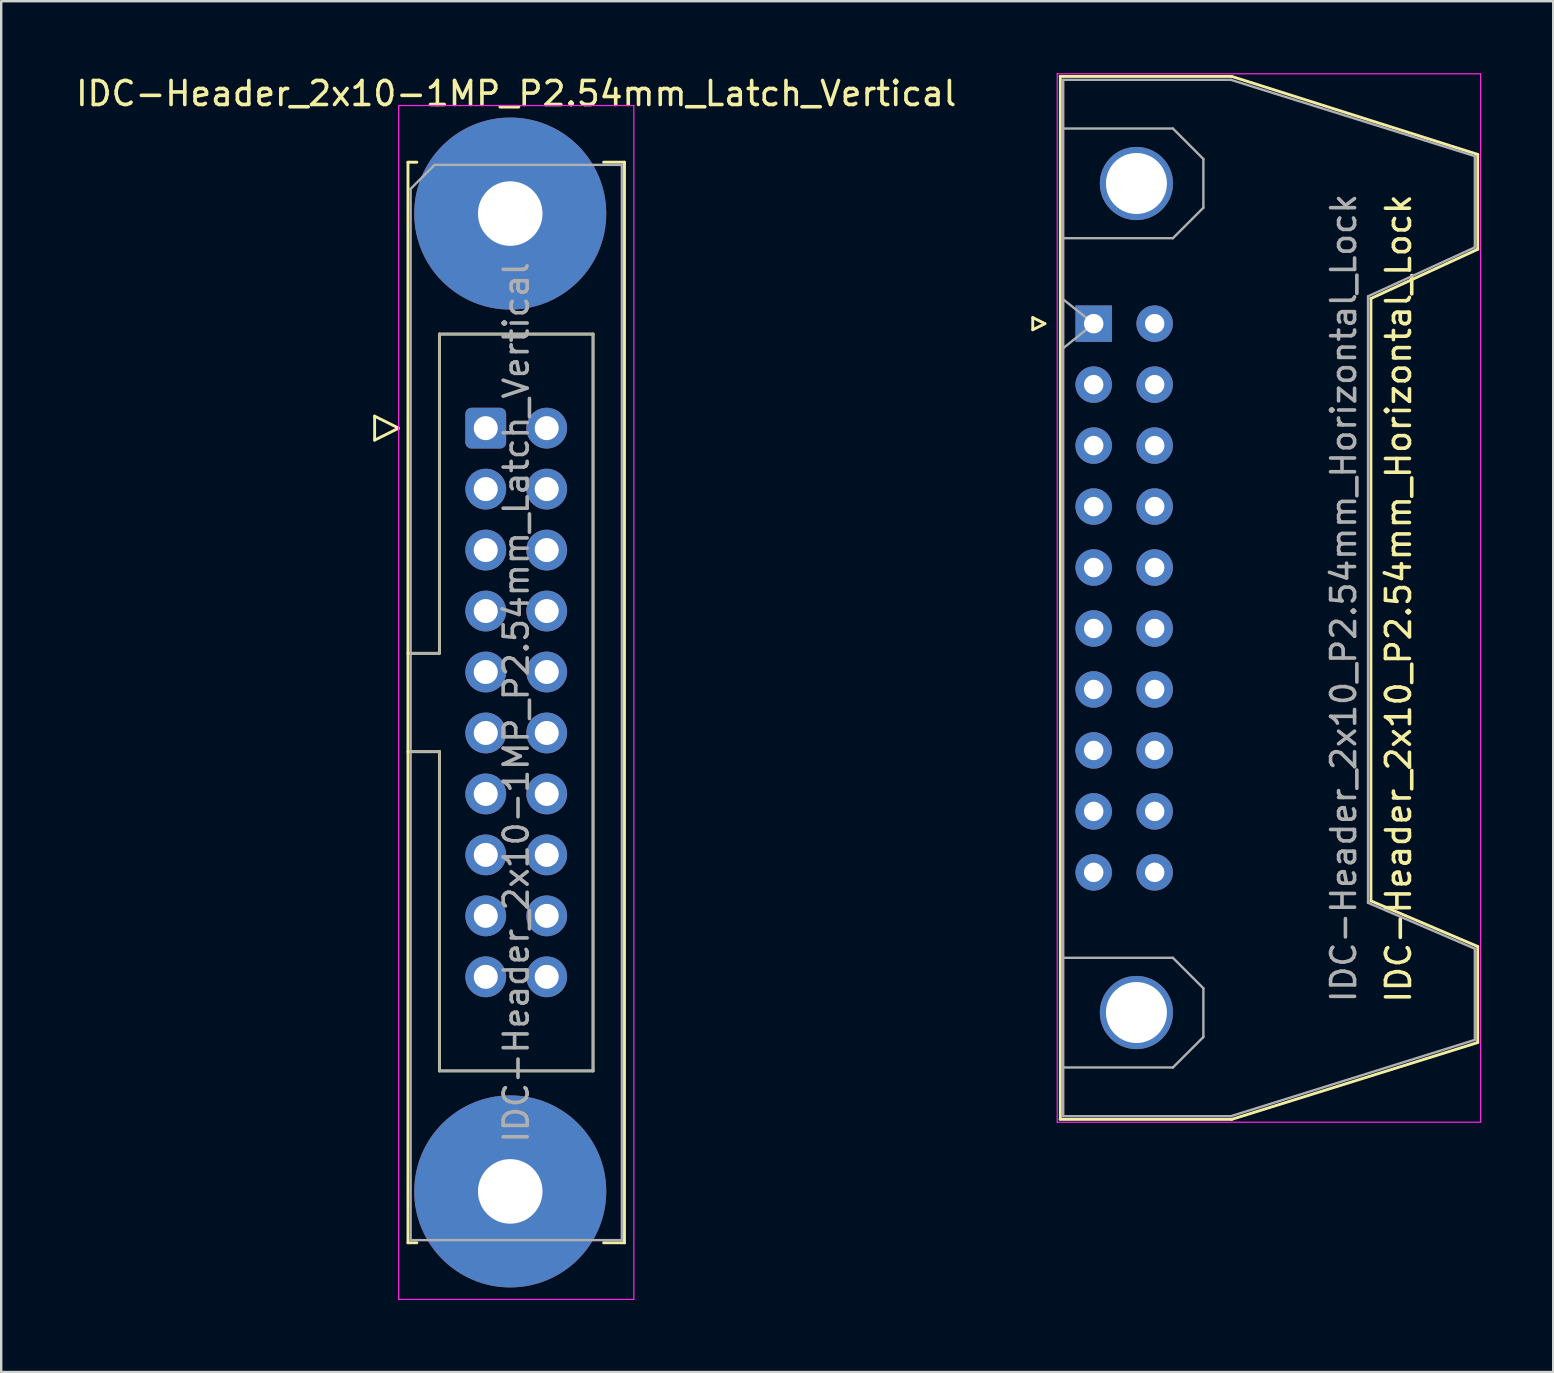
<source format=kicad_pcb>
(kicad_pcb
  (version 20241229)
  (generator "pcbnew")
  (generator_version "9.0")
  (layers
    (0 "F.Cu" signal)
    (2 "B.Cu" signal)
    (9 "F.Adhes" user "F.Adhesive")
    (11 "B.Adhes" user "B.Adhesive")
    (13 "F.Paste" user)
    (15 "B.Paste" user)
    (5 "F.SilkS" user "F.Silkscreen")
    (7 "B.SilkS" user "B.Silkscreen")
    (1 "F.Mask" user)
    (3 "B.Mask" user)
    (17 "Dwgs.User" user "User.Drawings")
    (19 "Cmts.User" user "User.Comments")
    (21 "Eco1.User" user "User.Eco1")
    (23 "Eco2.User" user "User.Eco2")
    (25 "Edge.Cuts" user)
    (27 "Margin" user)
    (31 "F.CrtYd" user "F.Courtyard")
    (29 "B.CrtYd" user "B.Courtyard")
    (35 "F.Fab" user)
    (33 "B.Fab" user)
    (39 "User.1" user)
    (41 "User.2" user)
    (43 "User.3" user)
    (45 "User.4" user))
  (footprint "IDC-Header_2x10-1MP_P2.54mm_Latch_Vertical"
    (layer "F.Cu")
    (at 17.188 14.788)
    (property "Reference" "IDC-Header_2x10-1MP_P2.54mm_Latch_Vertical" (at 1.27 -13.94 0) (layer "F.SilkS") (effects (font (size 1 1) (thickness 0.15))))
    (attr through_hole)
    (fp_line (start -4.63 -0.5) (end -4.63 0.5) (stroke (width 0.12) (type solid)) (layer "F.SilkS"))
    (fp_line (start -4.63 0.5) (end -3.63 0) (stroke (width 0.12) (type solid)) (layer "F.SilkS"))
    (fp_line (start -3.63 0) (end -4.63 -0.5) (stroke (width 0.12) (type solid)) (layer "F.SilkS"))
    (fp_line (start -3.24 -11.08) (end -3.24 33.94) (stroke (width 0.12) (type solid)) (layer "F.SilkS"))
    (fp_line (start -3.24 9.38) (end -1.93 9.38) (stroke (width 0.12) (type solid)) (layer "F.SilkS"))
    (fp_line (start -3.24 33.94) (end -2.87 33.94) (stroke (width 0.12) (type solid)) (layer "F.SilkS"))
    (fp_line (start -2.87 -11.08) (end -3.24 -11.08) (stroke (width 0.12) (type solid)) (layer "F.SilkS"))
    (fp_line (start -1.93 -3.92) (end 4.47 -3.92) (stroke (width 0.12) (type solid)) (layer "F.SilkS"))
    (fp_line (start -1.93 9.38) (end -1.93 -3.92) (stroke (width 0.12) (type solid)) (layer "F.SilkS"))
    (fp_line (start -1.93 13.48) (end -3.24 13.48) (stroke (width 0.12) (type solid)) (layer "F.SilkS"))
    (fp_line (start -1.93 13.48) (end -1.93 13.48) (stroke (width 0.12) (type solid)) (layer "F.SilkS"))
    (fp_line (start -1.93 26.78) (end -1.93 13.48) (stroke (width 0.12) (type solid)) (layer "F.SilkS"))
    (fp_line (start 4.47 -3.92) (end 4.47 26.78) (stroke (width 0.12) (type solid)) (layer "F.SilkS"))
    (fp_line (start 4.47 26.78) (end -1.93 26.78) (stroke (width 0.12) (type solid)) (layer "F.SilkS"))
    (fp_line (start 4.91 -11.08) (end 5.78 -11.08) (stroke (width 0.12) (type solid)) (layer "F.SilkS"))
    (fp_line (start 5.78 -11.08) (end 5.78 33.94) (stroke (width 0.12) (type solid)) (layer "F.SilkS"))
    (fp_line (start 5.78 33.94) (end 4.91 33.94) (stroke (width 0.12) (type solid)) (layer "F.SilkS"))
    (fp_line (start -3.63 -13.44) (end -3.63 36.3) (stroke (width 0.05) (type solid)) (layer "F.CrtYd"))
    (fp_line (start -3.63 36.3) (end 6.17 36.3) (stroke (width 0.05) (type solid)) (layer "F.CrtYd"))
    (fp_line (start 6.17 -13.44) (end -3.63 -13.44) (stroke (width 0.05) (type solid)) (layer "F.CrtYd"))
    (fp_line (start 6.17 36.3) (end 6.17 -13.44) (stroke (width 0.05) (type solid)) (layer "F.CrtYd"))
    (fp_line (start -3.13 -9.97) (end -2.13 -10.97) (stroke (width 0.1) (type solid)) (layer "F.Fab"))
    (fp_line (start -3.13 9.38) (end -1.93 9.38) (stroke (width 0.1) (type solid)) (layer "F.Fab"))
    (fp_line (start -3.13 33.83) (end -3.13 -9.97) (stroke (width 0.1) (type solid)) (layer "F.Fab"))
    (fp_line (start -2.13 -10.97) (end 5.67 -10.97) (stroke (width 0.1) (type solid)) (layer "F.Fab"))
    (fp_line (start -1.93 -3.92) (end 4.47 -3.92) (stroke (width 0.1) (type solid)) (layer "F.Fab"))
    (fp_line (start -1.93 9.38) (end -1.93 -3.92) (stroke (width 0.1) (type solid)) (layer "F.Fab"))
    (fp_line (start -1.93 13.48) (end -3.13 13.48) (stroke (width 0.1) (type solid)) (layer "F.Fab"))
    (fp_line (start -1.93 13.48) (end -1.93 13.48) (stroke (width 0.1) (type solid)) (layer "F.Fab"))
    (fp_line (start -1.93 26.78) (end -1.93 13.48) (stroke (width 0.1) (type solid)) (layer "F.Fab"))
    (fp_line (start 4.47 -3.92) (end 4.47 26.78) (stroke (width 0.1) (type solid)) (layer "F.Fab"))
    (fp_line (start 4.47 26.78) (end -1.93 26.78) (stroke (width 0.1) (type solid)) (layer "F.Fab"))
    (fp_line (start 5.67 -10.97) (end 5.67 33.83) (stroke (width 0.1) (type solid)) (layer "F.Fab"))
    (fp_line (start 5.67 33.83) (end -3.13 33.83) (stroke (width 0.1) (type solid)) (layer "F.Fab"))
    (fp_text user "${REFERENCE}" (at 1.27 11.43 90) (layer "F.Fab") (effects (font (size 1 1) (thickness 0.15))))
    (pad "1" thru_hole roundrect (at 0 0) (size 1.7 1.7) (drill 1) (layers "*.Cu" "*.Mask") (roundrect_rratio 0.147))
    (pad "2" thru_hole circle (at 2.54 0) (size 1.7 1.7) (drill 1) (layers "*.Cu" "*.Mask"))
    (pad "3" thru_hole circle (at 0 2.54) (size 1.7 1.7) (drill 1) (layers "*.Cu" "*.Mask"))
    (pad "4" thru_hole circle (at 2.54 2.54) (size 1.7 1.7) (drill 1) (layers "*.Cu" "*.Mask"))
    (pad "5" thru_hole circle (at 0 5.08) (size 1.7 1.7) (drill 1) (layers "*.Cu" "*.Mask"))
    (pad "6" thru_hole circle (at 2.54 5.08) (size 1.7 1.7) (drill 1) (layers "*.Cu" "*.Mask"))
    (pad "7" thru_hole circle (at 0 7.62) (size 1.7 1.7) (drill 1) (layers "*.Cu" "*.Mask"))
    (pad "8" thru_hole circle (at 2.54 7.62) (size 1.7 1.7) (drill 1) (layers "*.Cu" "*.Mask"))
    (pad "9" thru_hole circle (at 0 10.16) (size 1.7 1.7) (drill 1) (layers "*.Cu" "*.Mask"))
    (pad "10" thru_hole circle (at 2.54 10.16) (size 1.7 1.7) (drill 1) (layers "*.Cu" "*.Mask"))
    (pad "11" thru_hole circle (at 0 12.7) (size 1.7 1.7) (drill 1) (layers "*.Cu" "*.Mask"))
    (pad "12" thru_hole circle (at 2.54 12.7) (size 1.7 1.7) (drill 1) (layers "*.Cu" "*.Mask"))
    (pad "13" thru_hole circle (at 0 15.24) (size 1.7 1.7) (drill 1) (layers "*.Cu" "*.Mask"))
    (pad "14" thru_hole circle (at 2.54 15.24) (size 1.7 1.7) (drill 1) (layers "*.Cu" "*.Mask"))
    (pad "15" thru_hole circle (at 0 17.78) (size 1.7 1.7) (drill 1) (layers "*.Cu" "*.Mask"))
    (pad "16" thru_hole circle (at 2.54 17.78) (size 1.7 1.7) (drill 1) (layers "*.Cu" "*.Mask"))
    (pad "17" thru_hole circle (at 0 20.32) (size 1.7 1.7) (drill 1) (layers "*.Cu" "*.Mask"))
    (pad "18" thru_hole circle (at 2.54 20.32) (size 1.7 1.7) (drill 1) (layers "*.Cu" "*.Mask"))
    (pad "19" thru_hole circle (at 0 22.86) (size 1.7 1.7) (drill 1) (layers "*.Cu" "*.Mask"))
    (pad "20" thru_hole circle (at 2.54 22.86) (size 1.7 1.7) (drill 1) (layers "*.Cu" "*.Mask"))
    (pad "MP" thru_hole circle (at 1.02 -8.94) (size 8 8) (drill 2.69) (layers "*.Cu" "*.Mask"))
    (pad "MP" thru_hole circle (at 1.02 31.8) (size 8 8) (drill 2.69) (layers "*.Cu" "*.Mask")))
  (footprint "IDC-Header_2x10_P2.54mm_Horizontal_Lock"
    (layer "F.Cu")
    (at 42.517 10.435)
    (property "Reference" "IDC-Header_2x10_P2.54mm_Horizontal_Lock" (at 12.7 11.45 90) (layer "F.SilkS") (effects (font (size 1 1) (thickness 0.15))))
    (attr through_hole)
    (fp_line (start -2.54 -0.254) (end -2.54 0.254) (stroke (width 0.12) (type solid)) (layer "F.SilkS"))
    (fp_line (start -2.54 0.254) (end -2.032 0) (stroke (width 0.12) (type solid)) (layer "F.SilkS"))
    (fp_line (start -2.032 0) (end -2.54 -0.254) (stroke (width 0.12) (type solid)) (layer "F.SilkS"))
    (fp_line (start -1.4 33.15) (end 5.75 33.15) (stroke (width 0.12) (type solid)) (layer "F.SilkS"))
    (fp_line (start -1.39 33.14) (end -1.39 -10.28) (stroke (width 0.12) (type solid)) (layer "F.SilkS"))
    (fp_line (start 5.75 -10.3) (end -1.4 -10.3) (stroke (width 0.12) (type solid)) (layer "F.SilkS"))
    (fp_line (start 5.75 33.15) (end 16 29.95) (stroke (width 0.12) (type solid)) (layer "F.SilkS"))
    (fp_line (start 11.55 -1.05) (end 16 -3.1) (stroke (width 0.12) (type solid)) (layer "F.SilkS"))
    (fp_line (start 11.55 24.05) (end 11.55 -1.05) (stroke (width 0.12) (type solid)) (layer "F.SilkS"))
    (fp_line (start 16 -7.05) (end 5.75 -10.3) (stroke (width 0.12) (type solid)) (layer "F.SilkS"))
    (fp_line (start 16 -3.1) (end 16 -7.05) (stroke (width 0.12) (type solid)) (layer "F.SilkS"))
    (fp_line (start 16 25.95) (end 11.55 24.05) (stroke (width 0.12) (type solid)) (layer "F.SilkS"))
    (fp_line (start 16 29.95) (end 16 25.95) (stroke (width 0.12) (type solid)) (layer "F.SilkS"))
    (fp_line (start -1.52 33.27) (end -1.52 -10.41) (stroke (width 0.05) (type solid)) (layer "F.CrtYd"))
    (fp_line (start -1.52 33.27) (end 16.12 33.27) (stroke (width 0.05) (type solid)) (layer "F.CrtYd"))
    (fp_line (start 16.12 -10.41) (end -1.52 -10.41) (stroke (width 0.05) (type solid)) (layer "F.CrtYd"))
    (fp_line (start 16.12 -10.41) (end 16.12 33.27) (stroke (width 0.05) (type solid)) (layer "F.CrtYd"))
    (fp_line (start -1.27 -10.16) (end 5.71 -10.16) (stroke (width 0.1) (type solid)) (layer "F.Fab"))
    (fp_line (start -1.27 -8.13) (end 3.3 -8.13) (stroke (width 0.1) (type solid)) (layer "F.Fab"))
    (fp_line (start -1.27 26.42) (end 3.3 26.42) (stroke (width 0.1) (type solid)) (layer "F.Fab"))
    (fp_line (start -1.27 33.02) (end -1.27 -10.16) (stroke (width 0.1) (type solid)) (layer "F.Fab"))
    (fp_line (start -1.27 33.02) (end 5.71 33.02) (stroke (width 0.1) (type solid)) (layer "F.Fab"))
    (fp_line (start -1.268 -1.01) (end 0 0) (stroke (width 0.1) (type solid)) (layer "F.Fab"))
    (fp_line (start 0 0) (end -1.268 1.02) (stroke (width 0.1) (type solid)) (layer "F.Fab"))
    (fp_line (start 3.3 -8.13) (end 4.57 -6.86) (stroke (width 0.1) (type solid)) (layer "F.Fab"))
    (fp_line (start 3.3 -3.56) (end -1.27 -3.56) (stroke (width 0.1) (type solid)) (layer "F.Fab"))
    (fp_line (start 3.3 26.42) (end 4.57 27.69) (stroke (width 0.1) (type solid)) (layer "F.Fab"))
    (fp_line (start 3.3 30.99) (end -1.27 30.99) (stroke (width 0.1) (type solid)) (layer "F.Fab"))
    (fp_line (start 4.57 -6.86) (end 4.57 -4.83) (stroke (width 0.1) (type solid)) (layer "F.Fab"))
    (fp_line (start 4.57 -4.83) (end 3.3 -3.56) (stroke (width 0.1) (type solid)) (layer "F.Fab"))
    (fp_line (start 4.57 27.69) (end 4.57 29.72) (stroke (width 0.1) (type solid)) (layer "F.Fab"))
    (fp_line (start 4.57 29.72) (end 3.3 30.99) (stroke (width 0.1) (type solid)) (layer "F.Fab"))
    (fp_line (start 5.71 -10.16) (end 15.88 -6.98) (stroke (width 0.1) (type solid)) (layer "F.Fab"))
    (fp_line (start 5.71 33.02) (end 15.88 29.84) (stroke (width 0.1) (type solid)) (layer "F.Fab"))
    (fp_line (start 11.43 24.13) (end 11.43 -1.14) (stroke (width 0.1) (type solid)) (layer "F.Fab"))
    (fp_line (start 15.88 -6.98) (end 15.88 -3.18) (stroke (width 0.1) (type solid)) (layer "F.Fab"))
    (fp_line (start 15.88 -3.18) (end 11.43 -1.14) (stroke (width 0.1) (type solid)) (layer "F.Fab"))
    (fp_line (start 15.88 26.04) (end 11.43 24.13) (stroke (width 0.1) (type solid)) (layer "F.Fab"))
    (fp_line (start 15.88 29.84) (end 15.88 26.04) (stroke (width 0.1) (type solid)) (layer "F.Fab"))
    (fp_text user "${REFERENCE}" (at 10.414 11.43 90) (layer "F.Fab") (effects (font (size 1 1) (thickness 0.15))))
    (pad "" thru_hole circle (at 1.78 -5.84 90) (size 3.05 3.05) (drill 2.54) (layers "*.Cu" "*.Mask"))
    (pad "" thru_hole circle (at 1.78 28.7 90) (size 3.05 3.05) (drill 2.54) (layers "*.Cu" "*.Mask"))
    (pad "1" thru_hole rect (at 0 0 90) (size 1.52 1.52) (drill 0.81) (layers "*.Cu" "*.Mask"))
    (pad "2" thru_hole circle (at 2.54 0 90) (size 1.52 1.52) (drill 0.81) (layers "*.Cu" "*.Mask"))
    (pad "3" thru_hole circle (at 0 2.54 90) (size 1.52 1.52) (drill 0.81) (layers "*.Cu" "*.Mask"))
    (pad "4" thru_hole circle (at 2.54 2.54 90) (size 1.52 1.52) (drill 0.81) (layers "*.Cu" "*.Mask"))
    (pad "5" thru_hole circle (at 0 5.08 90) (size 1.52 1.52) (drill 0.81) (layers "*.Cu" "*.Mask"))
    (pad "6" thru_hole circle (at 2.54 5.08 90) (size 1.52 1.52) (drill 0.81) (layers "*.Cu" "*.Mask"))
    (pad "7" thru_hole circle (at 0 7.62 90) (size 1.52 1.52) (drill 0.81) (layers "*.Cu" "*.Mask"))
    (pad "8" thru_hole circle (at 2.54 7.62 90) (size 1.52 1.52) (drill 0.81) (layers "*.Cu" "*.Mask"))
    (pad "9" thru_hole circle (at 0 10.16 90) (size 1.52 1.52) (drill 0.81) (layers "*.Cu" "*.Mask"))
    (pad "10" thru_hole circle (at 2.54 10.16 90) (size 1.52 1.52) (drill 0.81) (layers "*.Cu" "*.Mask"))
    (pad "11" thru_hole circle (at 0 12.7 90) (size 1.52 1.52) (drill 0.81) (layers "*.Cu" "*.Mask"))
    (pad "12" thru_hole circle (at 2.54 12.7 90) (size 1.52 1.52) (drill 0.81) (layers "*.Cu" "*.Mask"))
    (pad "13" thru_hole circle (at 0 15.24 90) (size 1.52 1.52) (drill 0.81) (layers "*.Cu" "*.Mask"))
    (pad "14" thru_hole circle (at 2.54 15.24 90) (size 1.52 1.52) (drill 0.81) (layers "*.Cu" "*.Mask"))
    (pad "15" thru_hole circle (at 0 17.78 90) (size 1.52 1.52) (drill 0.81) (layers "*.Cu" "*.Mask"))
    (pad "16" thru_hole circle (at 2.54 17.78 90) (size 1.52 1.52) (drill 0.81) (layers "*.Cu" "*.Mask"))
    (pad "17" thru_hole circle (at 0 20.32 90) (size 1.52 1.52) (drill 0.81) (layers "*.Cu" "*.Mask"))
    (pad "18" thru_hole circle (at 2.54 20.32 90) (size 1.52 1.52) (drill 0.81) (layers "*.Cu" "*.Mask"))
    (pad "19" thru_hole circle (at 0 22.86 90) (size 1.52 1.52) (drill 0.81) (layers "*.Cu" "*.Mask"))
    (pad "20" thru_hole circle (at 2.54 22.86 90) (size 1.52 1.52) (drill 0.81) (layers "*.Cu" "*.Mask")))
  (gr_rect
    (start -3 -3)
    (end 61.662 54.113)
    (stroke (width 0.1) (type default))
    (fill no)
    (layer "Edge.Cuts")))
</source>
